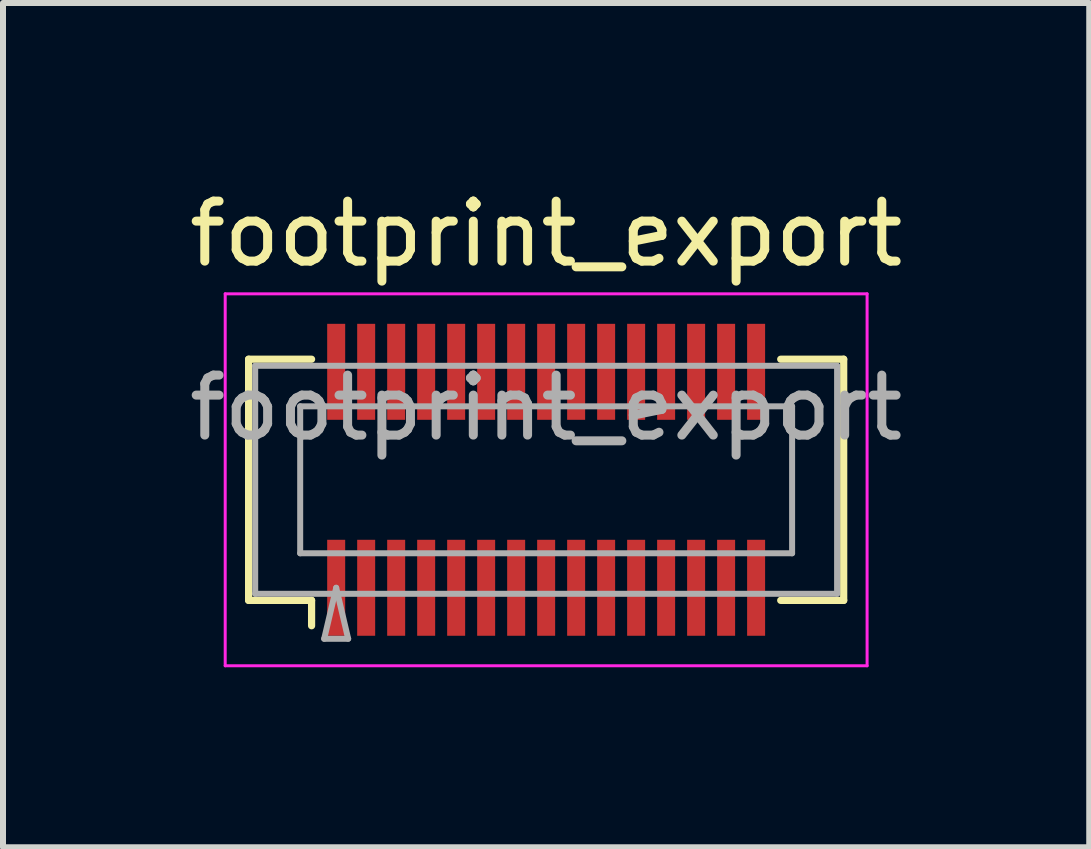
<source format=kicad_pcb>
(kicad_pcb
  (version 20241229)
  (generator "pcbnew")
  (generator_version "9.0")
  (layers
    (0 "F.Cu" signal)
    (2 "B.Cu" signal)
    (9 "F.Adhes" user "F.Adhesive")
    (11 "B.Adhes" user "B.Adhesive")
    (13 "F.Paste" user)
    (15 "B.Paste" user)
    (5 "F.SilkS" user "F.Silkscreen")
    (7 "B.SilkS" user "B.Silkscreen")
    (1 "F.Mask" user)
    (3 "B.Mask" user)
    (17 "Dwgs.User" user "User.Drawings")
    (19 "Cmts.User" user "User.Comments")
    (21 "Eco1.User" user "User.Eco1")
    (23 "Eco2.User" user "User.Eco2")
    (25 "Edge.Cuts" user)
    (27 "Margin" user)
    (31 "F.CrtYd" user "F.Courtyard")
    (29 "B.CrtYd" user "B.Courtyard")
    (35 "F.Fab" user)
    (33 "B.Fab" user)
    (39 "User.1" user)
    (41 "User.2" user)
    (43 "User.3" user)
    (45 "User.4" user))
  (footprint "footprint_export"
    (layer "F.Cu")
    (at 6.054 4.948)
    (property "Reference" "footprint_export" (at 0 -4.1 0) (layer "F.SilkS") (effects (font (size 1 1) (thickness 0.15))))
    (attr smd)
    (fp_line (start -4.96 -2.01) (end -3.91 -2.01) (stroke (width 0.12) (type solid)) (layer "F.SilkS"))
    (fp_line (start -4.96 2.01) (end -4.96 -2.01) (stroke (width 0.12) (type solid)) (layer "F.SilkS"))
    (fp_line (start -3.91 2.01) (end -4.96 2.01) (stroke (width 0.12) (type solid)) (layer "F.SilkS"))
    (fp_line (start -3.91 2.433) (end -3.91 2.01) (stroke (width 0.12) (type solid)) (layer "F.SilkS"))
    (fp_line (start 3.91 2.01) (end 4.96 2.01) (stroke (width 0.12) (type solid)) (layer "F.SilkS"))
    (fp_line (start 4.96 -2.01) (end 3.91 -2.01) (stroke (width 0.12) (type solid)) (layer "F.SilkS"))
    (fp_line (start 4.96 2.01) (end 4.96 -2.01) (stroke (width 0.12) (type solid)) (layer "F.SilkS"))
    (fp_line (start -5.35 -3.1) (end -5.35 3.1) (stroke (width 0.05) (type solid)) (layer "F.CrtYd"))
    (fp_line (start -5.35 3.1) (end 5.35 3.1) (stroke (width 0.05) (type solid)) (layer "F.CrtYd"))
    (fp_line (start 5.35 -3.1) (end -5.35 -3.1) (stroke (width 0.05) (type solid)) (layer "F.CrtYd"))
    (fp_line (start 5.35 3.1) (end 5.35 -3.1) (stroke (width 0.05) (type solid)) (layer "F.CrtYd"))
    (fp_line (start -4.85 -1.9) (end 4.85 -1.9) (stroke (width 0.1) (type solid)) (layer "F.Fab"))
    (fp_line (start -4.85 1.9) (end -4.85 -1.9) (stroke (width 0.1) (type solid)) (layer "F.Fab"))
    (fp_line (start -4.1 -1.225) (end 4.1 -1.225) (stroke (width 0.1) (type solid)) (layer "F.Fab"))
    (fp_line (start -4.1 1.225) (end -4.1 -1.225) (stroke (width 0.1) (type solid)) (layer "F.Fab"))
    (fp_line (start -3.7 2.65) (end -3.5 1.8) (stroke (width 0.1) (type solid)) (layer "F.Fab"))
    (fp_line (start -3.5 1.8) (end -3.3 2.65) (stroke (width 0.1) (type solid)) (layer "F.Fab"))
    (fp_line (start -3.3 2.65) (end -3.7 2.65) (stroke (width 0.1) (type solid)) (layer "F.Fab"))
    (fp_line (start 4.1 -1.225) (end 4.1 1.225) (stroke (width 0.1) (type solid)) (layer "F.Fab"))
    (fp_line (start 4.1 1.225) (end -4.1 1.225) (stroke (width 0.1) (type solid)) (layer "F.Fab"))
    (fp_line (start 4.85 -1.9) (end 4.85 1.9) (stroke (width 0.1) (type solid)) (layer "F.Fab"))
    (fp_line (start 4.85 1.9) (end -4.85 1.9) (stroke (width 0.1) (type solid)) (layer "F.Fab"))
    (fp_text user "${REFERENCE}" (at 0 -1.2 0) (layer "F.Fab") (effects (font (size 1 1) (thickness 0.15))))
    (pad "" smd rect (at -3.5 -2) (size 0.28 1.2) (layers "F.Paste"))
    (pad "" smd rect (at -3.5 2) (size 0.28 1.2) (layers "F.Paste"))
    (pad "" smd rect (at -3 -2) (size 0.28 1.2) (layers "F.Paste"))
    (pad "" smd rect (at -3 2) (size 0.28 1.2) (layers "F.Paste"))
    (pad "" smd rect (at -2.5 -2) (size 0.28 1.2) (layers "F.Paste"))
    (pad "" smd rect (at -2.5 2) (size 0.28 1.2) (layers "F.Paste"))
    (pad "" smd rect (at -2 -2) (size 0.28 1.2) (layers "F.Paste"))
    (pad "" smd rect (at -2 2) (size 0.28 1.2) (layers "F.Paste"))
    (pad "" smd rect (at -1.5 -2) (size 0.28 1.2) (layers "F.Paste"))
    (pad "" smd rect (at -1.5 2) (size 0.28 1.2) (layers "F.Paste"))
    (pad "" smd rect (at -1 -2) (size 0.28 1.2) (layers "F.Paste"))
    (pad "" smd rect (at -1 2) (size 0.28 1.2) (layers "F.Paste"))
    (pad "" smd rect (at -0.5 -2) (size 0.28 1.2) (layers "F.Paste"))
    (pad "" smd rect (at -0.5 2) (size 0.28 1.2) (layers "F.Paste"))
    (pad "" smd rect (at 0 -2) (size 0.28 1.2) (layers "F.Paste"))
    (pad "" smd rect (at 0 2) (size 0.28 1.2) (layers "F.Paste"))
    (pad "" smd rect (at 0.5 -2) (size 0.28 1.2) (layers "F.Paste"))
    (pad "" smd rect (at 0.5 2) (size 0.28 1.2) (layers "F.Paste"))
    (pad "" smd rect (at 1 -2) (size 0.28 1.2) (layers "F.Paste"))
    (pad "" smd rect (at 1 2) (size 0.28 1.2) (layers "F.Paste"))
    (pad "" smd rect (at 1.5 -2) (size 0.28 1.2) (layers "F.Paste"))
    (pad "" smd rect (at 1.5 2) (size 0.28 1.2) (layers "F.Paste"))
    (pad "" smd rect (at 2 -2) (size 0.28 1.2) (layers "F.Paste"))
    (pad "" smd rect (at 2 2) (size 0.28 1.2) (layers "F.Paste"))
    (pad "" smd rect (at 2.5 -2) (size 0.28 1.2) (layers "F.Paste"))
    (pad "" smd rect (at 2.5 2) (size 0.28 1.2) (layers "F.Paste"))
    (pad "" smd rect (at 3 -2) (size 0.28 1.2) (layers "F.Paste"))
    (pad "" smd rect (at 3 2) (size 0.28 1.2) (layers "F.Paste"))
    (pad "" smd rect (at 3.5 -2) (size 0.28 1.2) (layers "F.Paste"))
    (pad "" smd rect (at 3.5 2) (size 0.28 1.2) (layers "F.Paste"))
    (pad "1" smd rect (at -3.5 1.8) (size 0.3 1.6) (layers "F.Cu" "F.Mask"))
    (pad "2" smd rect (at -3 1.8) (size 0.3 1.6) (layers "F.Cu" "F.Mask"))
    (pad "3" smd rect (at -2.5 1.8) (size 0.3 1.6) (layers "F.Cu" "F.Mask"))
    (pad "4" smd rect (at -2 1.8) (size 0.3 1.6) (layers "F.Cu" "F.Mask"))
    (pad "5" smd rect (at -1.5 1.8) (size 0.3 1.6) (layers "F.Cu" "F.Mask"))
    (pad "6" smd rect (at -1 1.8) (size 0.3 1.6) (layers "F.Cu" "F.Mask"))
    (pad "7" smd rect (at -0.5 1.8) (size 0.3 1.6) (layers "F.Cu" "F.Mask"))
    (pad "8" smd rect (at 0 1.8) (size 0.3 1.6) (layers "F.Cu" "F.Mask"))
    (pad "9" smd rect (at 0.5 1.8) (size 0.3 1.6) (layers "F.Cu" "F.Mask"))
    (pad "10" smd rect (at 1 1.8) (size 0.3 1.6) (layers "F.Cu" "F.Mask"))
    (pad "11" smd rect (at 1.5 1.8) (size 0.3 1.6) (layers "F.Cu" "F.Mask"))
    (pad "12" smd rect (at 2 1.8) (size 0.3 1.6) (layers "F.Cu" "F.Mask"))
    (pad "13" smd rect (at 2.5 1.8) (size 0.3 1.6) (layers "F.Cu" "F.Mask"))
    (pad "14" smd rect (at 3 1.8) (size 0.3 1.6) (layers "F.Cu" "F.Mask"))
    (pad "15" smd rect (at 3.5 1.8) (size 0.3 1.6) (layers "F.Cu" "F.Mask"))
    (pad "16" smd rect (at -3.5 -1.8) (size 0.3 1.6) (layers "F.Cu" "F.Mask"))
    (pad "17" smd rect (at -3 -1.8) (size 0.3 1.6) (layers "F.Cu" "F.Mask"))
    (pad "18" smd rect (at -2.5 -1.8) (size 0.3 1.6) (layers "F.Cu" "F.Mask"))
    (pad "19" smd rect (at -2 -1.8) (size 0.3 1.6) (layers "F.Cu" "F.Mask"))
    (pad "20" smd rect (at -1.5 -1.8) (size 0.3 1.6) (layers "F.Cu" "F.Mask"))
    (pad "21" smd rect (at -1 -1.8) (size 0.3 1.6) (layers "F.Cu" "F.Mask"))
    (pad "22" smd rect (at -0.5 -1.8) (size 0.3 1.6) (layers "F.Cu" "F.Mask"))
    (pad "23" smd rect (at 0 -1.8) (size 0.3 1.6) (layers "F.Cu" "F.Mask"))
    (pad "24" smd rect (at 0.5 -1.8) (size 0.3 1.6) (layers "F.Cu" "F.Mask"))
    (pad "25" smd rect (at 1 -1.8) (size 0.3 1.6) (layers "F.Cu" "F.Mask"))
    (pad "26" smd rect (at 1.5 -1.8) (size 0.3 1.6) (layers "F.Cu" "F.Mask"))
    (pad "27" smd rect (at 2 -1.8) (size 0.3 1.6) (layers "F.Cu" "F.Mask"))
    (pad "28" smd rect (at 2.5 -1.8) (size 0.3 1.6) (layers "F.Cu" "F.Mask"))
    (pad "29" smd rect (at 3 -1.8) (size 0.3 1.6) (layers "F.Cu" "F.Mask"))
    (pad "30" smd rect (at 3.5 -1.8) (size 0.3 1.6) (layers "F.Cu" "F.Mask")))
  (gr_rect
    (start -3 -3)
    (end 15.107 11.073)
    (stroke (width 0.1) (type default))
    (fill no)
    (layer "Edge.Cuts")))
</source>
